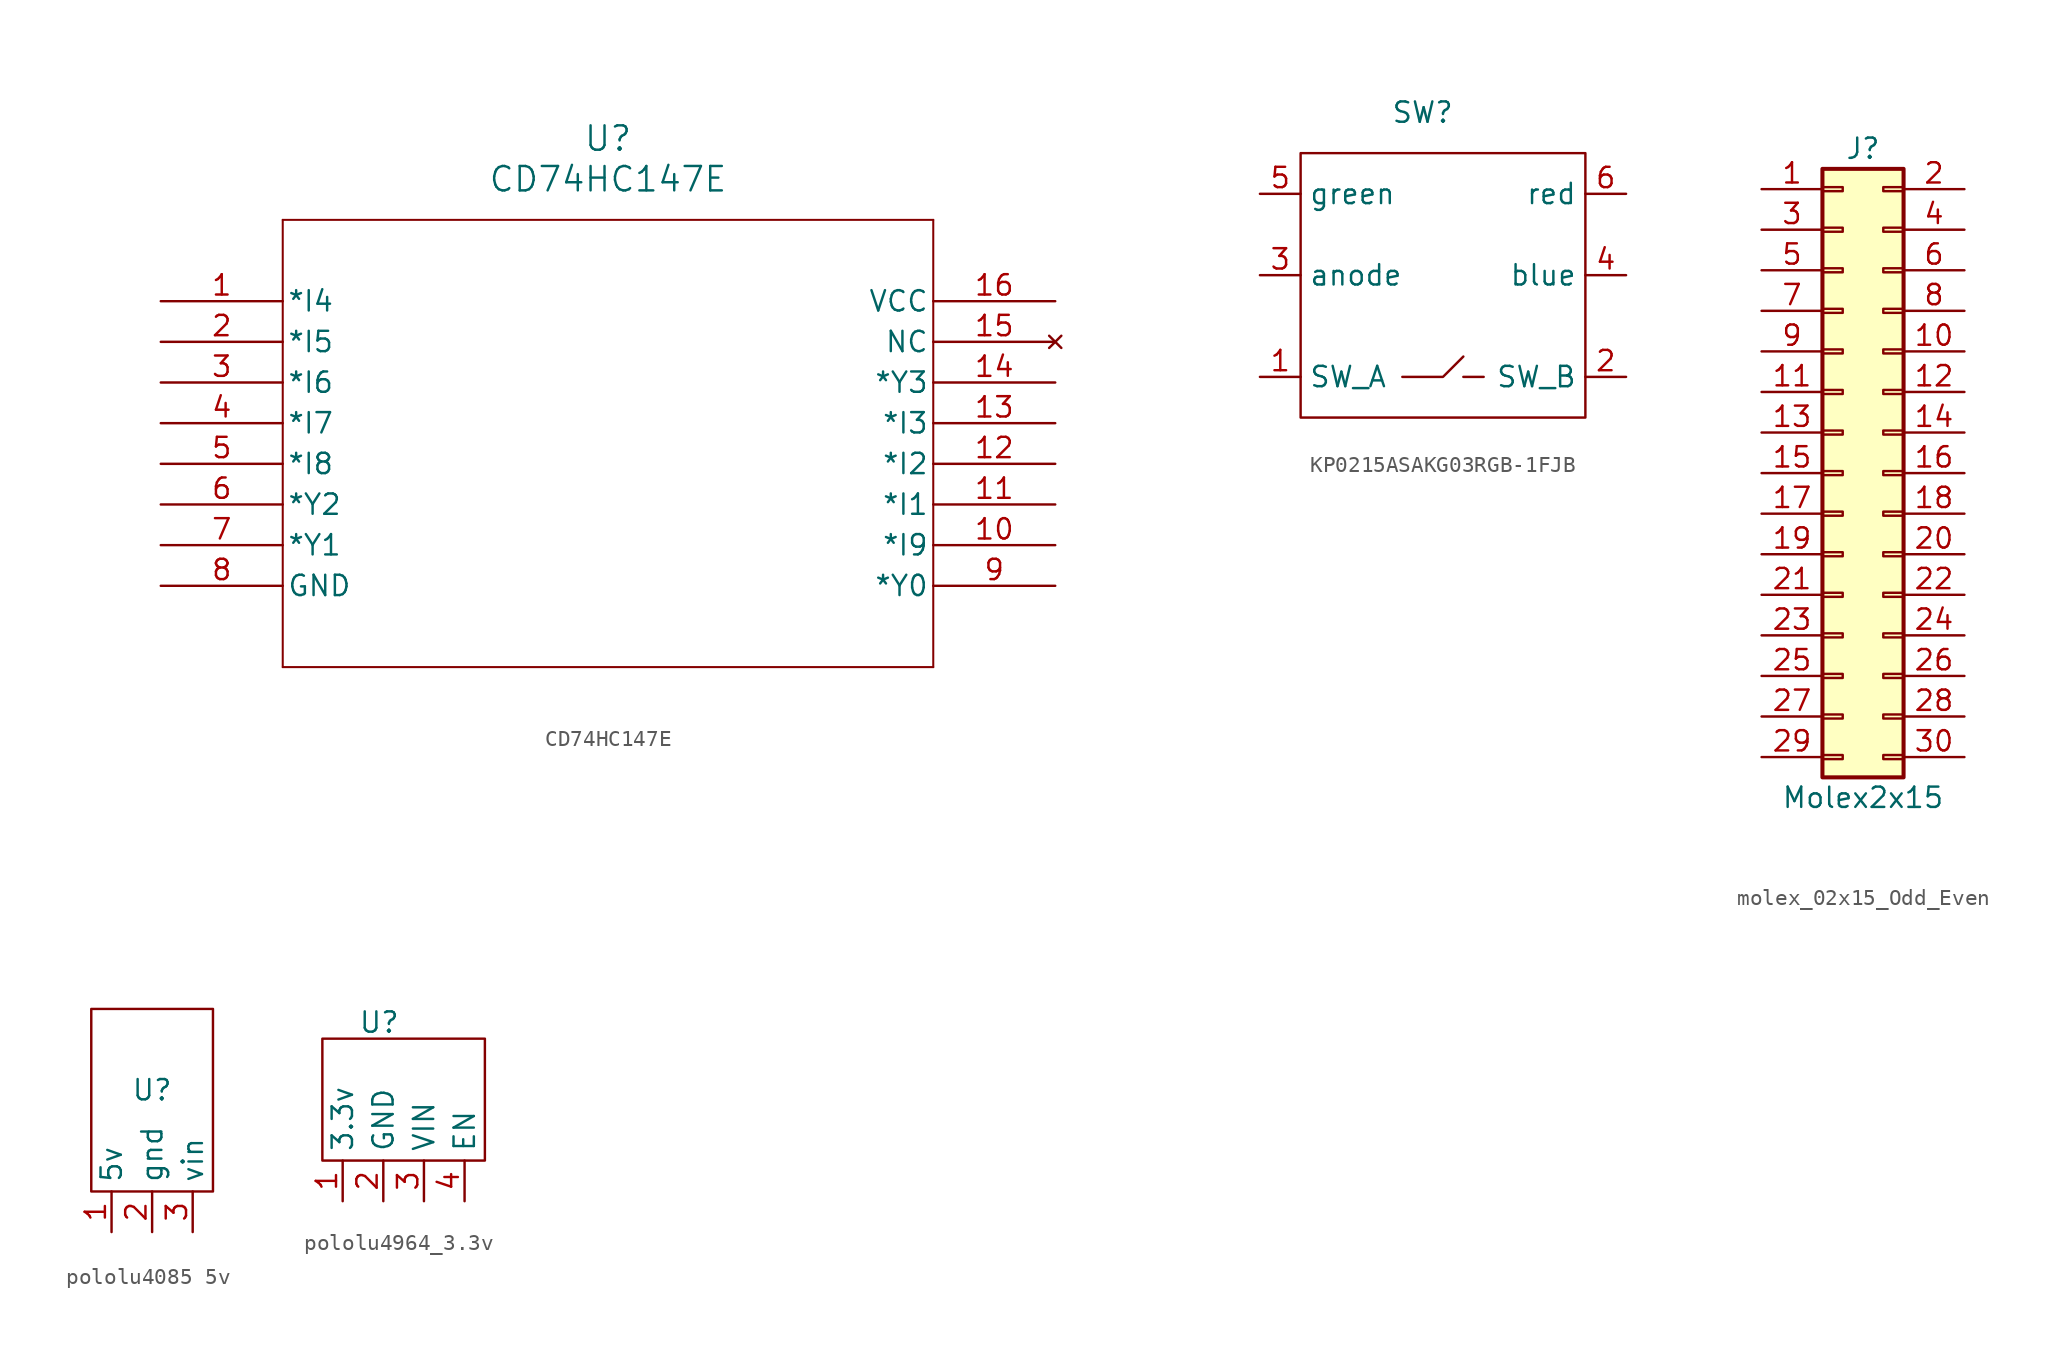
<source format=kicad_sym>
(kicad_symbol_lib
  (version 20231120)
  (generator "kicad_symbol_editor")
  (generator_version "8.0")
  (symbol "CD74HC147E"
    (pin_names
      (offset 0.254))
    (property "Reference" "U"
      (at 27.94 10.16 0)
      (effects (font (size 1.524 1.524))))
    (property "Value" "CD74HC147E"
      (at 27.94 7.62 0)
      (effects (font (size 1.524 1.524))))
    (symbol "CD74HC147E_0_1"
      (polyline (pts (xy 7.62 -22.86) (xy 48.26 -22.86)) (stroke (width 0.127) (type default)) (fill (type none)))
      (polyline (pts (xy 7.62 5.08) (xy 7.62 -22.86)) (stroke (width 0.127) (type default)) (fill (type none)))
      (polyline (pts (xy 48.26 -22.86) (xy 48.26 5.08)) (stroke (width 0.127) (type default)) (fill (type none)))
      (polyline (pts (xy 48.26 5.08) (xy 7.62 5.08)) (stroke (width 0.127) (type default)) (fill (type none)))
      (pin input line (at 0 0 0) (length 7.62) (name "*I4" (effects (font (size 1.27 1.27)))) (number "1" (effects (font (size 1.27 1.27)))))
      (pin input line (at 55.88 -15.24 180) (length 7.62) (name "*I9" (effects (font (size 1.27 1.27)))) (number "10" (effects (font (size 1.27 1.27)))))
      (pin input line (at 55.88 -12.7 180) (length 7.62) (name "*I1" (effects (font (size 1.27 1.27)))) (number "11" (effects (font (size 1.27 1.27)))))
      (pin input line (at 55.88 -10.16 180) (length 7.62) (name "*I2" (effects (font (size 1.27 1.27)))) (number "12" (effects (font (size 1.27 1.27)))))
      (pin input line (at 55.88 -7.62 180) (length 7.62) (name "*I3" (effects (font (size 1.27 1.27)))) (number "13" (effects (font (size 1.27 1.27)))))
      (pin output line (at 55.88 -5.08 180) (length 7.62) (name "*Y3" (effects (font (size 1.27 1.27)))) (number "14" (effects (font (size 1.27 1.27)))))
      (pin no_connect line (at 55.88 -2.54 180) (length 7.62) (name "NC" (effects (font (size 1.27 1.27)))) (number "15" (effects (font (size 1.27 1.27)))))
      (pin power_in line (at 55.88 0 180) (length 7.62) (name "VCC" (effects (font (size 1.27 1.27)))) (number "16" (effects (font (size 1.27 1.27)))))
      (pin input line (at 0 -2.54 0) (length 7.62) (name "*I5" (effects (font (size 1.27 1.27)))) (number "2" (effects (font (size 1.27 1.27)))))
      (pin input line (at 0 -5.08 0) (length 7.62) (name "*I6" (effects (font (size 1.27 1.27)))) (number "3" (effects (font (size 1.27 1.27)))))
      (pin input line (at 0 -7.62 0) (length 7.62) (name "*I7" (effects (font (size 1.27 1.27)))) (number "4" (effects (font (size 1.27 1.27)))))
      (pin input line (at 0 -10.16 0) (length 7.62) (name "*I8" (effects (font (size 1.27 1.27)))) (number "5" (effects (font (size 1.27 1.27)))))
      (pin output line (at 0 -12.7 0) (length 7.62) (name "*Y2" (effects (font (size 1.27 1.27)))) (number "6" (effects (font (size 1.27 1.27)))))
      (pin output line (at 0 -15.24 0) (length 7.62) (name "*Y1" (effects (font (size 1.27 1.27)))) (number "7" (effects (font (size 1.27 1.27)))))
      (pin power_in line (at 0 -17.78 0) (length 7.62) (name "GND" (effects (font (size 1.27 1.27)))) (number "8" (effects (font (size 1.27 1.27)))))
      (pin output line (at 55.88 -17.78 180) (length 7.62) (name "*Y0" (effects (font (size 1.27 1.27)))) (number "9" (effects (font (size 1.27 1.27)))))))
  (symbol "KP0215ASAKG03RGB-1FJB"
    (property "Reference" "SW"
      (at 0 0 0)
      (effects (font (size 1.27 1.27))))
    (property "Value" ""
      (at 0 0 0)
      (effects (font (size 1.27 1.27))))
    (symbol "KP0215ASAKG03RGB-1FJB_0_1"
      (rectangle (start -7.62 -2.54) (end 10.16 -19.05) (stroke (width 0) (type default)) (fill (type none)))
      (polyline (pts (xy 3.81 -16.51) (xy 2.54 -16.51)) (stroke (width 0) (type default)) (fill (type none)))
      (polyline (pts (xy -1.27 -16.51) (xy 1.27 -16.51) (xy 2.54 -15.24)) (stroke (width 0) (type default)) (fill (type none))))
    (symbol "KP0215ASAKG03RGB-1FJB_1_1"
      (pin passive line (at -10.16 -16.51 0) (length 2.54) (name "SW_A" (effects (font (size 1.27 1.27)))) (number "1" (effects (font (size 1.27 1.27)))))
      (pin passive line (at 12.7 -16.51 180) (length 2.54) (name "SW_B" (effects (font (size 1.27 1.27)))) (number "2" (effects (font (size 1.27 1.27)))))
      (pin passive line (at -10.16 -10.16 0) (length 2.54) (name "anode" (effects (font (size 1.27 1.27)))) (number "3" (effects (font (size 1.27 1.27)))))
      (pin passive line (at 12.7 -10.16 180) (length 2.54) (name "blue" (effects (font (size 1.27 1.27)))) (number "4" (effects (font (size 1.27 1.27)))))
      (pin passive line (at -10.16 -5.08 0) (length 2.54) (name "green" (effects (font (size 1.27 1.27)))) (number "5" (effects (font (size 1.27 1.27)))))
      (pin passive line (at 12.7 -5.08 180) (length 2.54) (name "red" (effects (font (size 1.27 1.27)))) (number "6" (effects (font (size 1.27 1.27)))))))
  (symbol "molex_02x15_Odd_Even"
    (pin_names
      (offset 1.016) hide)
    (property "Reference" "J"
      (at 1.27 20.32 0)
      (effects (font (size 1.27 1.27))))
    (property "Value" "Molex2x15"
      (at 1.27 -20.32 0)
      (effects (font (size 1.27 1.27))))
    (symbol "molex_02x15_Odd_Even_1_1"
      (rectangle (start -1.27 -17.653) (end 0 -17.907) (stroke (width 0.152) (type default)) (fill (type none)))
      (rectangle (start -1.27 -15.113) (end 0 -15.367) (stroke (width 0.152) (type default)) (fill (type none)))
      (rectangle (start -1.27 -12.573) (end 0 -12.827) (stroke (width 0.152) (type default)) (fill (type none)))
      (rectangle (start -1.27 -10.033) (end 0 -10.287) (stroke (width 0.152) (type default)) (fill (type none)))
      (rectangle (start -1.27 -7.493) (end 0 -7.747) (stroke (width 0.152) (type default)) (fill (type none)))
      (rectangle (start -1.27 -4.953) (end 0 -5.207) (stroke (width 0.152) (type default)) (fill (type none)))
      (rectangle (start -1.27 -2.413) (end 0 -2.667) (stroke (width 0.152) (type default)) (fill (type none)))
      (rectangle (start -1.27 0.127) (end 0 -0.127) (stroke (width 0.152) (type default)) (fill (type none)))
      (rectangle (start -1.27 2.667) (end 0 2.413) (stroke (width 0.152) (type default)) (fill (type none)))
      (rectangle (start -1.27 5.207) (end 0 4.953) (stroke (width 0.152) (type default)) (fill (type none)))
      (rectangle (start -1.27 7.747) (end 0 7.493) (stroke (width 0.152) (type default)) (fill (type none)))
      (rectangle (start -1.27 10.287) (end 0 10.033) (stroke (width 0.152) (type default)) (fill (type none)))
      (rectangle (start -1.27 12.827) (end 0 12.573) (stroke (width 0.152) (type default)) (fill (type none)))
      (rectangle (start -1.27 15.367) (end 0 15.113) (stroke (width 0.152) (type default)) (fill (type none)))
      (rectangle (start -1.27 17.907) (end 0 17.653) (stroke (width 0.152) (type default)) (fill (type none)))
      (rectangle (start -1.27 19.05) (end 3.81 -19.05) (stroke (width 0.254) (type default)) (fill (type background)))
      (rectangle (start 3.81 -17.653) (end 2.54 -17.907) (stroke (width 0.152) (type default)) (fill (type none)))
      (rectangle (start 3.81 -15.113) (end 2.54 -15.367) (stroke (width 0.152) (type default)) (fill (type none)))
      (rectangle (start 3.81 -12.573) (end 2.54 -12.827) (stroke (width 0.152) (type default)) (fill (type none)))
      (rectangle (start 3.81 -10.033) (end 2.54 -10.287) (stroke (width 0.152) (type default)) (fill (type none)))
      (rectangle (start 3.81 -7.493) (end 2.54 -7.747) (stroke (width 0.152) (type default)) (fill (type none)))
      (rectangle (start 3.81 -4.953) (end 2.54 -5.207) (stroke (width 0.152) (type default)) (fill (type none)))
      (rectangle (start 3.81 -2.413) (end 2.54 -2.667) (stroke (width 0.152) (type default)) (fill (type none)))
      (rectangle (start 3.81 0.127) (end 2.54 -0.127) (stroke (width 0.152) (type default)) (fill (type none)))
      (rectangle (start 3.81 2.667) (end 2.54 2.413) (stroke (width 0.152) (type default)) (fill (type none)))
      (rectangle (start 3.81 5.207) (end 2.54 4.953) (stroke (width 0.152) (type default)) (fill (type none)))
      (rectangle (start 3.81 7.747) (end 2.54 7.493) (stroke (width 0.152) (type default)) (fill (type none)))
      (rectangle (start 3.81 10.287) (end 2.54 10.033) (stroke (width 0.152) (type default)) (fill (type none)))
      (rectangle (start 3.81 12.827) (end 2.54 12.573) (stroke (width 0.152) (type default)) (fill (type none)))
      (rectangle (start 3.81 15.367) (end 2.54 15.113) (stroke (width 0.152) (type default)) (fill (type none)))
      (rectangle (start 3.81 17.907) (end 2.54 17.653) (stroke (width 0.152) (type default)) (fill (type none)))
      (pin passive line (at -5.08 17.78 0) (length 3.81) (name "Pin_1" (effects (font (size 1.27 1.27)))) (number "1" (effects (font (size 1.27 1.27)))))
      (pin passive line (at 7.62 7.62 180) (length 3.81) (name "Pin_10" (effects (font (size 1.27 1.27)))) (number "10" (effects (font (size 1.27 1.27)))))
      (pin passive line (at -5.08 5.08 0) (length 3.81) (name "Pin_11" (effects (font (size 1.27 1.27)))) (number "11" (effects (font (size 1.27 1.27)))))
      (pin passive line (at 7.62 5.08 180) (length 3.81) (name "Pin_12" (effects (font (size 1.27 1.27)))) (number "12" (effects (font (size 1.27 1.27)))))
      (pin passive line (at -5.08 2.54 0) (length 3.81) (name "Pin_13" (effects (font (size 1.27 1.27)))) (number "13" (effects (font (size 1.27 1.27)))))
      (pin passive line (at 7.62 2.54 180) (length 3.81) (name "Pin_14" (effects (font (size 1.27 1.27)))) (number "14" (effects (font (size 1.27 1.27)))))
      (pin passive line (at -5.08 0 0) (length 3.81) (name "Pin_15" (effects (font (size 1.27 1.27)))) (number "15" (effects (font (size 1.27 1.27)))))
      (pin passive line (at 7.62 0 180) (length 3.81) (name "Pin_16" (effects (font (size 1.27 1.27)))) (number "16" (effects (font (size 1.27 1.27)))))
      (pin passive line (at -5.08 -2.54 0) (length 3.81) (name "Pin_17" (effects (font (size 1.27 1.27)))) (number "17" (effects (font (size 1.27 1.27)))))
      (pin passive line (at 7.62 -2.54 180) (length 3.81) (name "Pin_18" (effects (font (size 1.27 1.27)))) (number "18" (effects (font (size 1.27 1.27)))))
      (pin passive line (at -5.08 -5.08 0) (length 3.81) (name "Pin_19" (effects (font (size 1.27 1.27)))) (number "19" (effects (font (size 1.27 1.27)))))
      (pin passive line (at 7.62 17.78 180) (length 3.81) (name "Pin_2" (effects (font (size 1.27 1.27)))) (number "2" (effects (font (size 1.27 1.27)))))
      (pin passive line (at 7.62 -5.08 180) (length 3.81) (name "Pin_20" (effects (font (size 1.27 1.27)))) (number "20" (effects (font (size 1.27 1.27)))))
      (pin passive line (at -5.08 -7.62 0) (length 3.81) (name "Pin_21" (effects (font (size 1.27 1.27)))) (number "21" (effects (font (size 1.27 1.27)))))
      (pin passive line (at 7.62 -7.62 180) (length 3.81) (name "Pin_22" (effects (font (size 1.27 1.27)))) (number "22" (effects (font (size 1.27 1.27)))))
      (pin passive line (at -5.08 -10.16 0) (length 3.81) (name "Pin_23" (effects (font (size 1.27 1.27)))) (number "23" (effects (font (size 1.27 1.27)))))
      (pin passive line (at 7.62 -10.16 180) (length 3.81) (name "Pin_24" (effects (font (size 1.27 1.27)))) (number "24" (effects (font (size 1.27 1.27)))))
      (pin passive line (at -5.08 -12.7 0) (length 3.81) (name "Pin_25" (effects (font (size 1.27 1.27)))) (number "25" (effects (font (size 1.27 1.27)))))
      (pin passive line (at 7.62 -12.7 180) (length 3.81) (name "Pin_26" (effects (font (size 1.27 1.27)))) (number "26" (effects (font (size 1.27 1.27)))))
      (pin passive line (at -5.08 -15.24 0) (length 3.81) (name "Pin_27" (effects (font (size 1.27 1.27)))) (number "27" (effects (font (size 1.27 1.27)))))
      (pin passive line (at 7.62 -15.24 180) (length 3.81) (name "Pin_28" (effects (font (size 1.27 1.27)))) (number "28" (effects (font (size 1.27 1.27)))))
      (pin passive line (at -5.08 -17.78 0) (length 3.81) (name "Pin_29" (effects (font (size 1.27 1.27)))) (number "29" (effects (font (size 1.27 1.27)))))
      (pin passive line (at -5.08 15.24 0) (length 3.81) (name "Pin_3" (effects (font (size 1.27 1.27)))) (number "3" (effects (font (size 1.27 1.27)))))
      (pin passive line (at 7.62 -17.78 180) (length 3.81) (name "Pin_30" (effects (font (size 1.27 1.27)))) (number "30" (effects (font (size 1.27 1.27)))))
      (pin passive line (at 7.62 15.24 180) (length 3.81) (name "Pin_4" (effects (font (size 1.27 1.27)))) (number "4" (effects (font (size 1.27 1.27)))))
      (pin passive line (at -5.08 12.7 0) (length 3.81) (name "Pin_5" (effects (font (size 1.27 1.27)))) (number "5" (effects (font (size 1.27 1.27)))))
      (pin passive line (at 7.62 12.7 180) (length 3.81) (name "Pin_6" (effects (font (size 1.27 1.27)))) (number "6" (effects (font (size 1.27 1.27)))))
      (pin passive line (at -5.08 10.16 0) (length 3.81) (name "Pin_7" (effects (font (size 1.27 1.27)))) (number "7" (effects (font (size 1.27 1.27)))))
      (pin passive line (at 7.62 10.16 180) (length 3.81) (name "Pin_8" (effects (font (size 1.27 1.27)))) (number "8" (effects (font (size 1.27 1.27)))))
      (pin passive line (at -5.08 7.62 0) (length 3.81) (name "Pin_9" (effects (font (size 1.27 1.27)))) (number "9" (effects (font (size 1.27 1.27)))))))
  (symbol "pololu4085 5v"
    (property "Reference" "U"
      (at 0 0 0)
      (effects (font (size 1.27 1.27))))
    (property "Value" ""
      (at 0 0 0)
      (effects (font (size 1.27 1.27))))
    (symbol "pololu4085 5v_0_1"
      (rectangle (start -3.81 5.08) (end 3.81 -6.35) (stroke (width 0) (type default)) (fill (type none))))
    (symbol "pololu4085 5v_1_1"
      (pin input line (at -2.54 -8.89 90) (length 2.54) (name "5v" (effects (font (size 1.27 1.27)))) (number "1" (effects (font (size 1.27 1.27)))))
      (pin input line (at 0 -8.89 90) (length 2.54) (name "gnd" (effects (font (size 1.27 1.27)))) (number "2" (effects (font (size 1.27 1.27)))))
      (pin input line (at 2.54 -8.89 90) (length 2.54) (name "vin" (effects (font (size 1.27 1.27)))) (number "3" (effects (font (size 1.27 1.27)))))))
  (symbol "pololu4964_3.3v"
    (property "Reference" "U"
      (at -1.524 4.826 0)
      (effects (font (size 1.27 1.27))))
    (property "Value" ""
      (at 0 0 0)
      (effects (font (size 1.27 1.27))))
    (symbol "pololu4964_3.3v_0_1"
      (rectangle (start -5.08 3.81) (end 5.08 -3.81) (stroke (width 0) (type default)) (fill (type none))))
    (symbol "pololu4964_3.3v_1_1"
      (pin power_out line (at -3.81 -6.35 90) (length 2.54) (name "3.3v" (effects (font (size 1.27 1.27)))) (number "1" (effects (font (size 1.27 1.27)))))
      (pin power_out line (at -1.27 -6.35 90) (length 2.54) (name "GND" (effects (font (size 1.27 1.27)))) (number "2" (effects (font (size 1.27 1.27)))))
      (pin power_in line (at 1.27 -6.35 90) (length 2.54) (name "VIN" (effects (font (size 1.27 1.27)))) (number "3" (effects (font (size 1.27 1.27)))))
      (pin input line (at 3.81 -6.35 90) (length 2.54) (name "EN" (effects (font (size 1.27 1.27)))) (number "4" (effects (font (size 1.27 1.27))))))))
</source>
